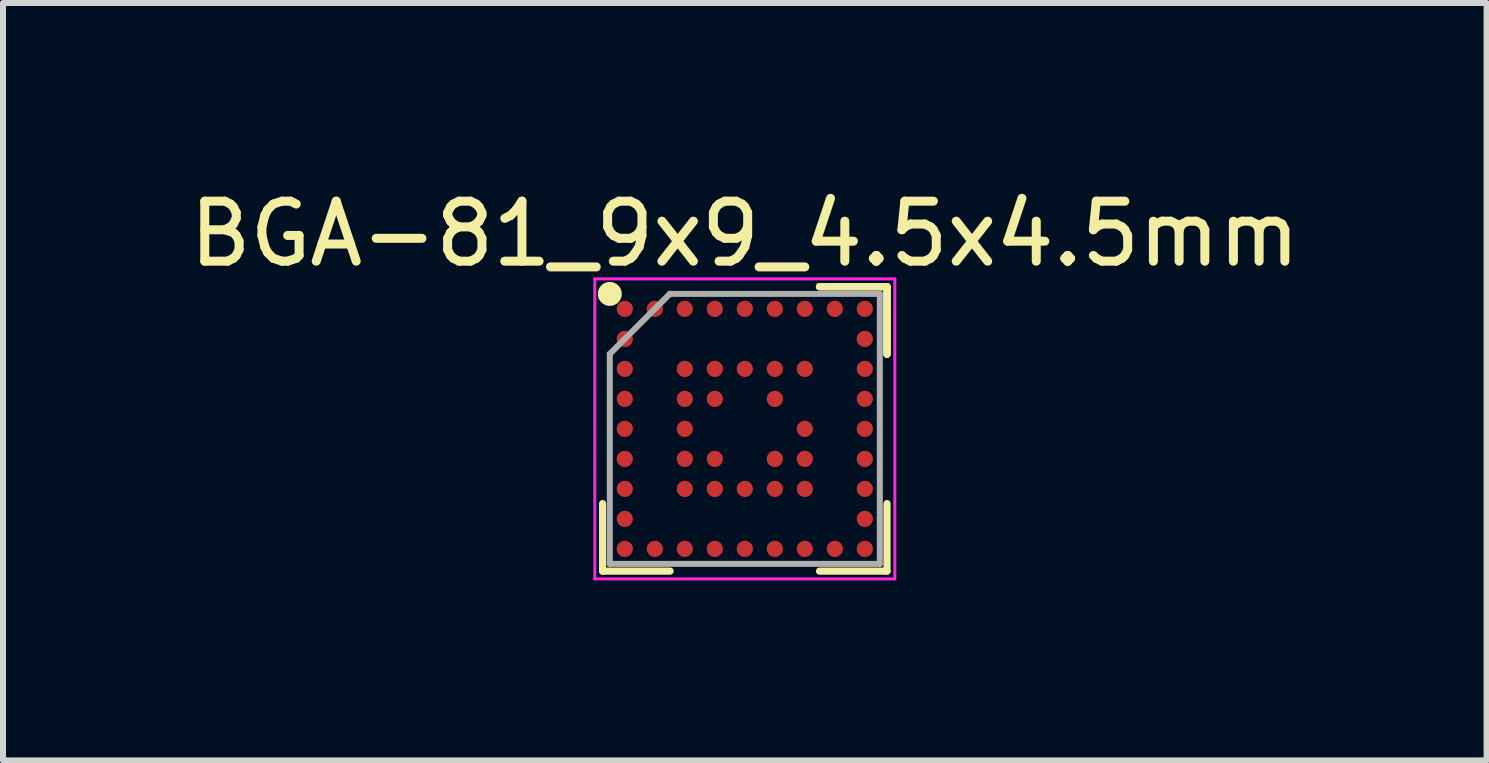
<source format=kicad_pcb>
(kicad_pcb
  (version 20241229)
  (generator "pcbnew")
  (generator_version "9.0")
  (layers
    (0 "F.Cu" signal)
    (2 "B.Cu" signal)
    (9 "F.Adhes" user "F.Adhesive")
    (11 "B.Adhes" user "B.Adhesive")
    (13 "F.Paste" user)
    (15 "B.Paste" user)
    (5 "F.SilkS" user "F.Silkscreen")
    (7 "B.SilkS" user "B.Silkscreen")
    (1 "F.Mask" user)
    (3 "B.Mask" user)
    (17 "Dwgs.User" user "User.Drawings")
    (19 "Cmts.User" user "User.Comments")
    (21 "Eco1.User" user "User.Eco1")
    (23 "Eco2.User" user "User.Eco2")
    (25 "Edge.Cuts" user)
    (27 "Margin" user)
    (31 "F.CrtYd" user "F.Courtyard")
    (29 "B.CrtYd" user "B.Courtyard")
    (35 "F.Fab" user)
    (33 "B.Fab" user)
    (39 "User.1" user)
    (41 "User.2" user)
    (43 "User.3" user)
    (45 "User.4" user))
  (footprint "BGA-81_9x9_4.5x4.5mm"
    (layer "F.Cu")
    (at 9.363 4.098)
    (property "Reference" "BGA-81_9x9_4.5x4.5mm" (at 0 -3.25 0) (layer "F.SilkS") (effects (font (size 1 1) (thickness 0.15))))
    (attr smd)
    (fp_line (start -2.37 2.37) (end -2.37 1.245) (stroke (width 0.12) (type solid)) (layer "F.SilkS"))
    (fp_line (start -1.245 2.37) (end -2.37 2.37) (stroke (width 0.12) (type solid)) (layer "F.SilkS"))
    (fp_line (start 1.245 -2.37) (end 2.37 -2.37) (stroke (width 0.12) (type solid)) (layer "F.SilkS"))
    (fp_line (start 1.245 -2.37) (end 2.37 -2.37) (stroke (width 0.12) (type solid)) (layer "F.SilkS"))
    (fp_line (start 1.245 -2.37) (end 2.37 -2.37) (stroke (width 0.12) (type solid)) (layer "F.SilkS"))
    (fp_line (start 1.245 2.37) (end 2.37 2.37) (stroke (width 0.12) (type solid)) (layer "F.SilkS"))
    (fp_line (start 2.37 -2.37) (end 2.37 -1.245) (stroke (width 0.12) (type solid)) (layer "F.SilkS"))
    (fp_line (start 2.37 -2.37) (end 2.37 -1.245) (stroke (width 0.12) (type solid)) (layer "F.SilkS"))
    (fp_line (start 2.37 -2.37) (end 2.37 -1.245) (stroke (width 0.12) (type solid)) (layer "F.SilkS"))
    (fp_line (start 2.37 2.37) (end 2.37 1.245) (stroke (width 0.12) (type solid)) (layer "F.SilkS"))
    (fp_circle (center -2.25 -2.25) (end -2.25 -2.15) (stroke (width 0.2) (type solid)) (fill no) (layer "F.SilkS"))
    (fp_line (start -2.5 -2.5) (end 2.5 -2.5) (stroke (width 0.05) (type solid)) (layer "F.CrtYd"))
    (fp_line (start -2.5 2.5) (end -2.5 -2.5) (stroke (width 0.05) (type solid)) (layer "F.CrtYd"))
    (fp_line (start 2.5 -2.5) (end 2.5 2.5) (stroke (width 0.05) (type solid)) (layer "F.CrtYd"))
    (fp_line (start 2.5 2.5) (end -2.5 2.5) (stroke (width 0.05) (type solid)) (layer "F.CrtYd"))
    (fp_line (start -2.25 -1.25) (end -2.25 2.25) (stroke (width 0.1) (type solid)) (layer "F.Fab"))
    (fp_line (start -2.25 2.25) (end 2.25 2.25) (stroke (width 0.1) (type solid)) (layer "F.Fab"))
    (fp_line (start -1.25 -2.25) (end -2.25 -1.25) (stroke (width 0.1) (type solid)) (layer "F.Fab"))
    (fp_line (start 2.25 -2.25) (end -1.25 -2.25) (stroke (width 0.1) (type solid)) (layer "F.Fab"))
    (fp_line (start 2.25 2.25) (end 2.25 -2.25) (stroke (width 0.1) (type solid)) (layer "F.Fab"))
    (pad "A1" smd circle (at -2 -2) (size 0.27 0.27) (layers "F.Cu" "F.Mask" "F.Paste"))
    (pad "A2" smd circle (at -1.5 -2) (size 0.27 0.27) (layers "F.Cu" "F.Mask" "F.Paste"))
    (pad "A3" smd circle (at -1 -2) (size 0.27 0.27) (layers "F.Cu" "F.Mask" "F.Paste"))
    (pad "A4" smd circle (at -0.5 -2) (size 0.27 0.27) (layers "F.Cu" "F.Mask" "F.Paste"))
    (pad "A5" smd circle (at 0 -2) (size 0.27 0.27) (layers "F.Cu" "F.Mask" "F.Paste"))
    (pad "A6" smd circle (at 0.5 -2) (size 0.27 0.27) (layers "F.Cu" "F.Mask" "F.Paste"))
    (pad "A7" smd circle (at 1 -2) (size 0.27 0.27) (layers "F.Cu" "F.Mask" "F.Paste"))
    (pad "A8" smd circle (at 1.5 -2) (size 0.27 0.27) (layers "F.Cu" "F.Mask" "F.Paste"))
    (pad "A9" smd circle (at 2 -2) (size 0.27 0.27) (layers "F.Cu" "F.Mask" "F.Paste"))
    (pad "B1" smd circle (at -2 -1.5) (size 0.27 0.27) (layers "F.Cu" "F.Mask" "F.Paste"))
    (pad "B9" smd circle (at 2 -1.5) (size 0.27 0.27) (layers "F.Cu" "F.Mask" "F.Paste"))
    (pad "C1" smd circle (at -2 -1) (size 0.27 0.27) (layers "F.Cu" "F.Mask" "F.Paste"))
    (pad "C3" smd circle (at -1 -1) (size 0.27 0.27) (layers "F.Cu" "F.Mask" "F.Paste"))
    (pad "C4" smd circle (at -0.5 -1) (size 0.27 0.27) (layers "F.Cu" "F.Mask" "F.Paste"))
    (pad "C5" smd circle (at 0 -1) (size 0.27 0.27) (layers "F.Cu" "F.Mask" "F.Paste"))
    (pad "C6" smd circle (at 0.5 -1) (size 0.27 0.27) (layers "F.Cu" "F.Mask" "F.Paste"))
    (pad "C7" smd circle (at 1 -1) (size 0.27 0.27) (layers "F.Cu" "F.Mask" "F.Paste"))
    (pad "C9" smd circle (at 2 -1) (size 0.27 0.27) (layers "F.Cu" "F.Mask" "F.Paste"))
    (pad "D1" smd circle (at -2 -0.5) (size 0.27 0.27) (layers "F.Cu" "F.Mask" "F.Paste"))
    (pad "D3" smd circle (at -1 -0.5) (size 0.27 0.27) (layers "F.Cu" "F.Mask" "F.Paste"))
    (pad "D4" smd circle (at -0.5 -0.5) (size 0.27 0.27) (layers "F.Cu" "F.Mask" "F.Paste"))
    (pad "D6" smd circle (at 0.5 -0.5) (size 0.27 0.27) (layers "F.Cu" "F.Mask" "F.Paste"))
    (pad "D9" smd circle (at 2 -0.5) (size 0.27 0.27) (layers "F.Cu" "F.Mask" "F.Paste"))
    (pad "E1" smd circle (at -2 0) (size 0.27 0.27) (layers "F.Cu" "F.Mask" "F.Paste"))
    (pad "E3" smd circle (at -1 0) (size 0.27 0.27) (layers "F.Cu" "F.Mask" "F.Paste"))
    (pad "E7" smd circle (at 1 0) (size 0.27 0.27) (layers "F.Cu" "F.Mask" "F.Paste"))
    (pad "E9" smd circle (at 2 0) (size 0.27 0.27) (layers "F.Cu" "F.Mask" "F.Paste"))
    (pad "F1" smd circle (at -2 0.5) (size 0.27 0.27) (layers "F.Cu" "F.Mask" "F.Paste"))
    (pad "F3" smd circle (at -1 0.5) (size 0.27 0.27) (layers "F.Cu" "F.Mask" "F.Paste"))
    (pad "F4" smd circle (at -0.5 0.5) (size 0.27 0.27) (layers "F.Cu" "F.Mask" "F.Paste"))
    (pad "F6" smd circle (at 0.5 0.5) (size 0.27 0.27) (layers "F.Cu" "F.Mask" "F.Paste"))
    (pad "F7" smd circle (at 1 0.5) (size 0.27 0.27) (layers "F.Cu" "F.Mask" "F.Paste"))
    (pad "F9" smd circle (at 2 0.5) (size 0.27 0.27) (layers "F.Cu" "F.Mask" "F.Paste"))
    (pad "G1" smd circle (at -2 1) (size 0.27 0.27) (layers "F.Cu" "F.Mask" "F.Paste"))
    (pad "G3" smd circle (at -1 1) (size 0.27 0.27) (layers "F.Cu" "F.Mask" "F.Paste"))
    (pad "G4" smd circle (at -0.5 1) (size 0.27 0.27) (layers "F.Cu" "F.Mask" "F.Paste"))
    (pad "G5" smd circle (at 0 1) (size 0.27 0.27) (layers "F.Cu" "F.Mask" "F.Paste"))
    (pad "G6" smd circle (at 0.5 1) (size 0.27 0.27) (layers "F.Cu" "F.Mask" "F.Paste"))
    (pad "G7" smd circle (at 1 1) (size 0.27 0.27) (layers "F.Cu" "F.Mask" "F.Paste"))
    (pad "G9" smd circle (at 2 1) (size 0.27 0.27) (layers "F.Cu" "F.Mask" "F.Paste"))
    (pad "H1" smd circle (at -2 1.5) (size 0.27 0.27) (layers "F.Cu" "F.Mask" "F.Paste"))
    (pad "H9" smd circle (at 2 1.5) (size 0.27 0.27) (layers "F.Cu" "F.Mask" "F.Paste"))
    (pad "J1" smd circle (at -2 2) (size 0.27 0.27) (layers "F.Cu" "F.Mask" "F.Paste"))
    (pad "J2" smd circle (at -1.5 2) (size 0.27 0.27) (layers "F.Cu" "F.Mask" "F.Paste"))
    (pad "J3" smd circle (at -1 2) (size 0.27 0.27) (layers "F.Cu" "F.Mask" "F.Paste"))
    (pad "J4" smd circle (at -0.5 2) (size 0.27 0.27) (layers "F.Cu" "F.Mask" "F.Paste"))
    (pad "J5" smd circle (at 0 2) (size 0.27 0.27) (layers "F.Cu" "F.Mask" "F.Paste"))
    (pad "J6" smd circle (at 0.5 2) (size 0.27 0.27) (layers "F.Cu" "F.Mask" "F.Paste"))
    (pad "J7" smd circle (at 1 2) (size 0.27 0.27) (layers "F.Cu" "F.Mask" "F.Paste"))
    (pad "J8" smd circle (at 1.5 2) (size 0.27 0.27) (layers "F.Cu" "F.Mask" "F.Paste"))
    (pad "J9" smd circle (at 2 2) (size 0.27 0.27) (layers "F.Cu" "F.Mask" "F.Paste")))
  (gr_rect
    (start -3 -3)
    (end 21.726 9.623)
    (stroke (width 0.1) (type default))
    (fill no)
    (layer "Edge.Cuts")))
</source>
